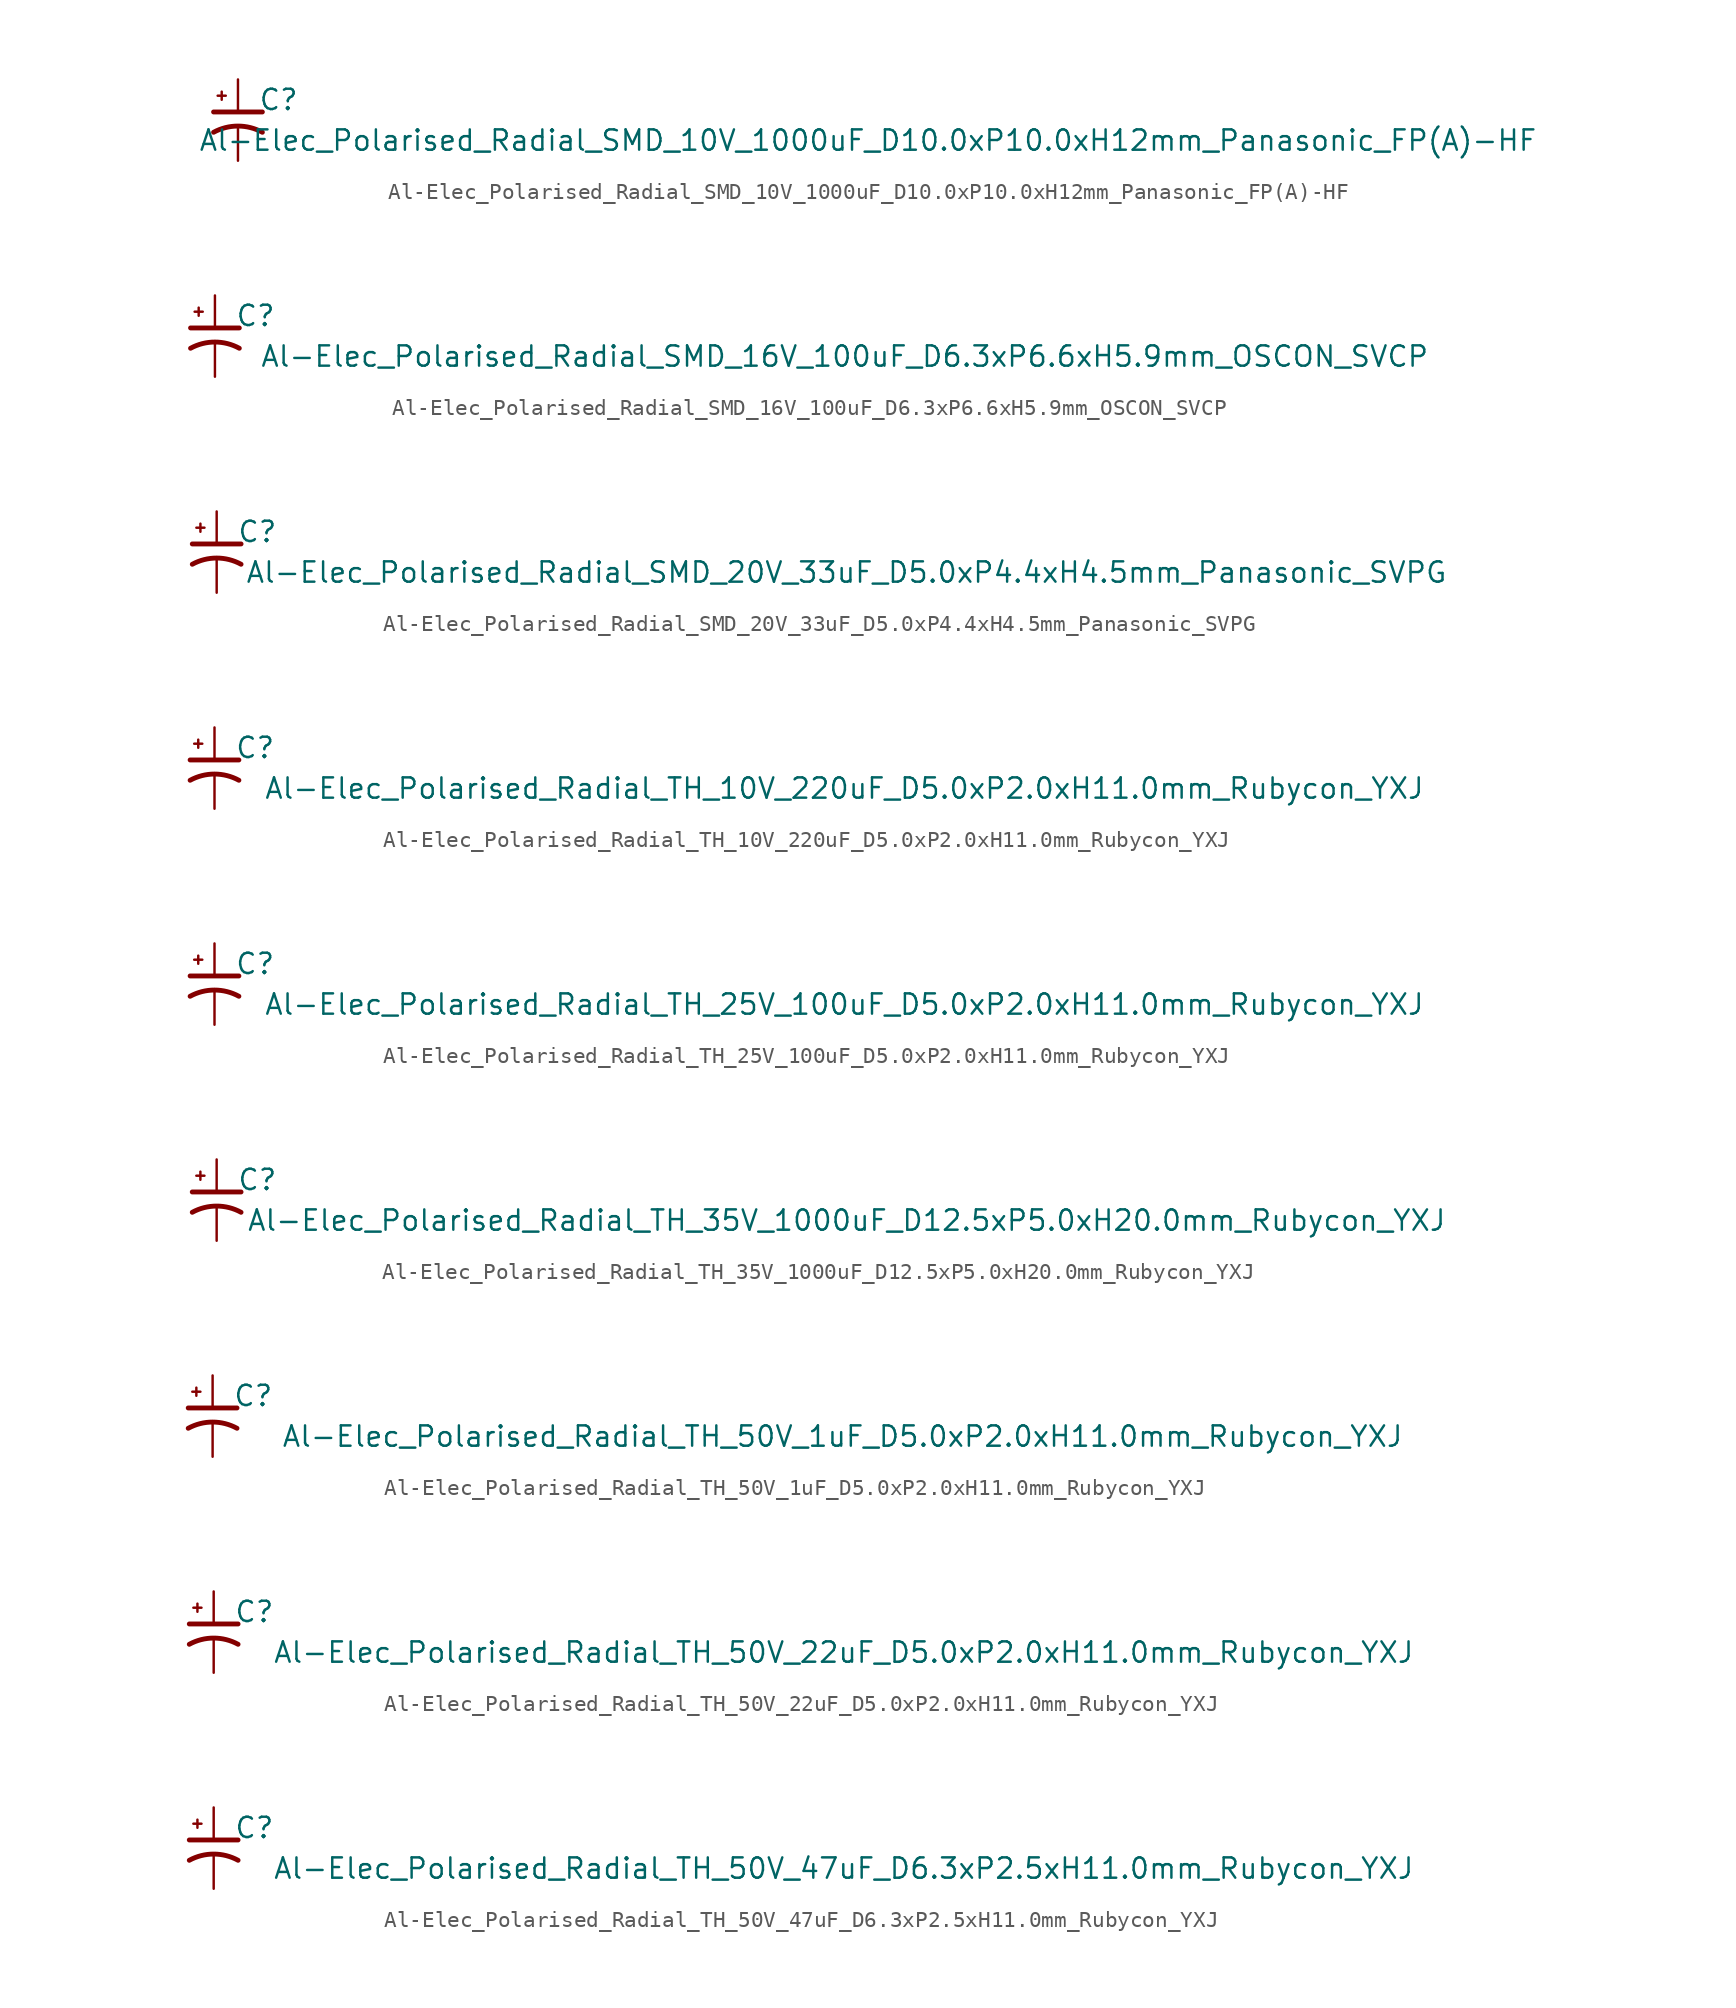
<source format=kicad_sym>
(kicad_symbol_lib
  (version 20211014)
  (generator kicad_symbol_editor)
  (symbol "Al-Elec_Polarised_Radial_SMD_10V_1000uF_D10.0xP10.0xH12mm_Panasonic_FP(A)-HF"
    (pin_numbers hide)
    (pin_names
      (offset 1.27) hide)
    (property "Reference" "C"
      (at 2.54 1.27 0)
      (effects (font (size 1.27 1.27))))
    (property "Value" "Al-Elec_Polarised_Radial_SMD_10V_1000uF_D10.0xP10.0xH12mm_Panasonic_FP(A)-HF"
      (at 39.37 -1.27 0)
      (effects (font (size 1.27 1.27))))
    (symbol "Al-Elec_Polarised_Radial_SMD_10V_1000uF_D10.0xP10.0xH12mm_Panasonic_FP(A)-HF_1_1"
      (polyline (pts (xy -1.524 0.508) (xy 1.524 0.508)) (stroke (width 0.305) (type default) (color 0 0 0 0)) (fill (type none)))
      (polyline (pts (xy -1.27 1.524) (xy -0.762 1.524)) (stroke (width 0) (type default) (color 0 0 0 0)) (fill (type none)))
      (polyline (pts (xy -1.016 1.27) (xy -1.016 1.778)) (stroke (width 0) (type default) (color 0 0 0 0)) (fill (type none)))
      (arc (start 1.524 -0.762) (mid 0 -0.3734) (end -1.524 -0.762) (stroke (width 0.3048) (type default) (color 0 0 0 0)) (fill (type none)))
      (pin passive line (at 0 2.54 270) (length 2.032) (name "~" (effects (font (size 1.27 1.27)))) (number "1" (effects (font (size 1.27 1.27)))))
      (pin passive line (at 0 -2.54 90) (length 2.032) (name "~" (effects (font (size 1.27 1.27)))) (number "2" (effects (font (size 1.27 1.27)))))))
  (symbol "Al-Elec_Polarised_Radial_SMD_16V_100uF_D6.3xP6.6xH5.9mm_OSCON_SVCP"
    (pin_numbers hide)
    (pin_names
      (offset 1.27) hide)
    (property "Reference" "C"
      (at 2.54 1.27 0)
      (effects (font (size 1.27 1.27))))
    (property "Value" "Al-Elec_Polarised_Radial_SMD_16V_100uF_D6.3xP6.6xH5.9mm_OSCON_SVCP"
      (at 39.37 -1.27 0)
      (effects (font (size 1.27 1.27))))
    (symbol "Al-Elec_Polarised_Radial_SMD_16V_100uF_D6.3xP6.6xH5.9mm_OSCON_SVCP_1_1"
      (polyline (pts (xy -1.524 0.508) (xy 1.524 0.508)) (stroke (width 0.305) (type default) (color 0 0 0 0)) (fill (type none)))
      (polyline (pts (xy -1.27 1.524) (xy -0.762 1.524)) (stroke (width 0) (type default) (color 0 0 0 0)) (fill (type none)))
      (polyline (pts (xy -1.016 1.27) (xy -1.016 1.778)) (stroke (width 0) (type default) (color 0 0 0 0)) (fill (type none)))
      (arc (start 1.524 -0.762) (mid 0 -0.3734) (end -1.524 -0.762) (stroke (width 0.3048) (type default) (color 0 0 0 0)) (fill (type none)))
      (pin passive line (at 0 2.54 270) (length 2.032) (name "~" (effects (font (size 1.27 1.27)))) (number "1" (effects (font (size 1.27 1.27)))))
      (pin passive line (at 0 -2.54 90) (length 2.032) (name "~" (effects (font (size 1.27 1.27)))) (number "2" (effects (font (size 1.27 1.27)))))))
  (symbol "Al-Elec_Polarised_Radial_SMD_20V_33uF_D5.0xP4.4xH4.5mm_Panasonic_SVPG"
    (pin_numbers hide)
    (pin_names
      (offset 1.27) hide)
    (property "Reference" "C"
      (at 2.54 1.27 0)
      (effects (font (size 1.27 1.27))))
    (property "Value" "Al-Elec_Polarised_Radial_SMD_20V_33uF_D5.0xP4.4xH4.5mm_Panasonic_SVPG"
      (at 39.37 -1.27 0)
      (effects (font (size 1.27 1.27))))
    (symbol "Al-Elec_Polarised_Radial_SMD_20V_33uF_D5.0xP4.4xH4.5mm_Panasonic_SVPG_1_1"
      (polyline (pts (xy -1.524 0.508) (xy 1.524 0.508)) (stroke (width 0.305) (type default) (color 0 0 0 0)) (fill (type none)))
      (polyline (pts (xy -1.27 1.524) (xy -0.762 1.524)) (stroke (width 0) (type default) (color 0 0 0 0)) (fill (type none)))
      (polyline (pts (xy -1.016 1.27) (xy -1.016 1.778)) (stroke (width 0) (type default) (color 0 0 0 0)) (fill (type none)))
      (arc (start 1.524 -0.762) (mid 0 -0.3734) (end -1.524 -0.762) (stroke (width 0.3048) (type default) (color 0 0 0 0)) (fill (type none)))
      (pin passive line (at 0 2.54 270) (length 2.032) (name "~" (effects (font (size 1.27 1.27)))) (number "1" (effects (font (size 1.27 1.27)))))
      (pin passive line (at 0 -2.54 90) (length 2.032) (name "~" (effects (font (size 1.27 1.27)))) (number "2" (effects (font (size 1.27 1.27)))))))
  (symbol "Al-Elec_Polarised_Radial_TH_10V_220uF_D5.0xP2.0xH11.0mm_Rubycon_YXJ"
    (pin_numbers hide)
    (pin_names
      (offset 1.27) hide)
    (property "Reference" "C"
      (at 2.54 1.27 0)
      (effects (font (size 1.27 1.27))))
    (property "Value" "Al-Elec_Polarised_Radial_TH_10V_220uF_D5.0xP2.0xH11.0mm_Rubycon_YXJ"
      (at 39.37 -1.27 0)
      (effects (font (size 1.27 1.27))))
    (symbol "Al-Elec_Polarised_Radial_TH_10V_220uF_D5.0xP2.0xH11.0mm_Rubycon_YXJ_1_1"
      (polyline (pts (xy -1.524 0.508) (xy 1.524 0.508)) (stroke (width 0.305) (type default) (color 0 0 0 0)) (fill (type none)))
      (polyline (pts (xy -1.27 1.524) (xy -0.762 1.524)) (stroke (width 0) (type default) (color 0 0 0 0)) (fill (type none)))
      (polyline (pts (xy -1.016 1.27) (xy -1.016 1.778)) (stroke (width 0) (type default) (color 0 0 0 0)) (fill (type none)))
      (arc (start 1.524 -0.762) (mid 0 -0.3734) (end -1.524 -0.762) (stroke (width 0.3048) (type default) (color 0 0 0 0)) (fill (type none)))
      (pin passive line (at 0 2.54 270) (length 2.032) (name "~" (effects (font (size 1.27 1.27)))) (number "1" (effects (font (size 1.27 1.27)))))
      (pin passive line (at 0 -2.54 90) (length 2.032) (name "~" (effects (font (size 1.27 1.27)))) (number "2" (effects (font (size 1.27 1.27)))))))
  (symbol "Al-Elec_Polarised_Radial_TH_25V_100uF_D5.0xP2.0xH11.0mm_Rubycon_YXJ"
    (pin_numbers hide)
    (pin_names
      (offset 1.27) hide)
    (property "Reference" "C"
      (at 2.54 1.27 0)
      (effects (font (size 1.27 1.27))))
    (property "Value" "Al-Elec_Polarised_Radial_TH_25V_100uF_D5.0xP2.0xH11.0mm_Rubycon_YXJ"
      (at 39.37 -1.27 0)
      (effects (font (size 1.27 1.27))))
    (symbol "Al-Elec_Polarised_Radial_TH_25V_100uF_D5.0xP2.0xH11.0mm_Rubycon_YXJ_1_1"
      (polyline (pts (xy -1.524 0.508) (xy 1.524 0.508)) (stroke (width 0.305) (type default) (color 0 0 0 0)) (fill (type none)))
      (polyline (pts (xy -1.27 1.524) (xy -0.762 1.524)) (stroke (width 0) (type default) (color 0 0 0 0)) (fill (type none)))
      (polyline (pts (xy -1.016 1.27) (xy -1.016 1.778)) (stroke (width 0) (type default) (color 0 0 0 0)) (fill (type none)))
      (arc (start 1.524 -0.762) (mid 0 -0.3734) (end -1.524 -0.762) (stroke (width 0.3048) (type default) (color 0 0 0 0)) (fill (type none)))
      (pin passive line (at 0 2.54 270) (length 2.032) (name "~" (effects (font (size 1.27 1.27)))) (number "1" (effects (font (size 1.27 1.27)))))
      (pin passive line (at 0 -2.54 90) (length 2.032) (name "~" (effects (font (size 1.27 1.27)))) (number "2" (effects (font (size 1.27 1.27)))))))
  (symbol "Al-Elec_Polarised_Radial_TH_35V_1000uF_D12.5xP5.0xH20.0mm_Rubycon_YXJ"
    (pin_numbers hide)
    (pin_names
      (offset 1.27) hide)
    (property "Reference" "C"
      (at 2.54 1.27 0)
      (effects (font (size 1.27 1.27))))
    (property "Value" "Al-Elec_Polarised_Radial_TH_35V_1000uF_D12.5xP5.0xH20.0mm_Rubycon_YXJ"
      (at 39.37 -1.27 0)
      (effects (font (size 1.27 1.27))))
    (symbol "Al-Elec_Polarised_Radial_TH_35V_1000uF_D12.5xP5.0xH20.0mm_Rubycon_YXJ_1_1"
      (polyline (pts (xy -1.524 0.508) (xy 1.524 0.508)) (stroke (width 0.305) (type default) (color 0 0 0 0)) (fill (type none)))
      (polyline (pts (xy -1.27 1.524) (xy -0.762 1.524)) (stroke (width 0) (type default) (color 0 0 0 0)) (fill (type none)))
      (polyline (pts (xy -1.016 1.27) (xy -1.016 1.778)) (stroke (width 0) (type default) (color 0 0 0 0)) (fill (type none)))
      (arc (start 1.524 -0.762) (mid 0 -0.3734) (end -1.524 -0.762) (stroke (width 0.3048) (type default) (color 0 0 0 0)) (fill (type none)))
      (pin passive line (at 0 2.54 270) (length 2.032) (name "~" (effects (font (size 1.27 1.27)))) (number "1" (effects (font (size 1.27 1.27)))))
      (pin passive line (at 0 -2.54 90) (length 2.032) (name "~" (effects (font (size 1.27 1.27)))) (number "2" (effects (font (size 1.27 1.27)))))))
  (symbol "Al-Elec_Polarised_Radial_TH_50V_1uF_D5.0xP2.0xH11.0mm_Rubycon_YXJ"
    (pin_numbers hide)
    (pin_names
      (offset 1.27) hide)
    (property "Reference" "C"
      (at 2.54 1.27 0)
      (effects (font (size 1.27 1.27))))
    (property "Value" "Al-Elec_Polarised_Radial_TH_50V_1uF_D5.0xP2.0xH11.0mm_Rubycon_YXJ"
      (at 39.37 -1.27 0)
      (effects (font (size 1.27 1.27))))
    (symbol "Al-Elec_Polarised_Radial_TH_50V_1uF_D5.0xP2.0xH11.0mm_Rubycon_YXJ_1_1"
      (polyline (pts (xy -1.524 0.508) (xy 1.524 0.508)) (stroke (width 0.305) (type default) (color 0 0 0 0)) (fill (type none)))
      (polyline (pts (xy -1.27 1.524) (xy -0.762 1.524)) (stroke (width 0) (type default) (color 0 0 0 0)) (fill (type none)))
      (polyline (pts (xy -1.016 1.27) (xy -1.016 1.778)) (stroke (width 0) (type default) (color 0 0 0 0)) (fill (type none)))
      (arc (start 1.524 -0.762) (mid 0 -0.3734) (end -1.524 -0.762) (stroke (width 0.3048) (type default) (color 0 0 0 0)) (fill (type none)))
      (pin passive line (at 0 2.54 270) (length 2.032) (name "~" (effects (font (size 1.27 1.27)))) (number "1" (effects (font (size 1.27 1.27)))))
      (pin passive line (at 0 -2.54 90) (length 2.032) (name "~" (effects (font (size 1.27 1.27)))) (number "2" (effects (font (size 1.27 1.27)))))))
  (symbol "Al-Elec_Polarised_Radial_TH_50V_22uF_D5.0xP2.0xH11.0mm_Rubycon_YXJ"
    (pin_numbers hide)
    (pin_names
      (offset 1.27) hide)
    (property "Reference" "C"
      (at 2.54 1.27 0)
      (effects (font (size 1.27 1.27))))
    (property "Value" "Al-Elec_Polarised_Radial_TH_50V_22uF_D5.0xP2.0xH11.0mm_Rubycon_YXJ"
      (at 39.37 -1.27 0)
      (effects (font (size 1.27 1.27))))
    (symbol "Al-Elec_Polarised_Radial_TH_50V_22uF_D5.0xP2.0xH11.0mm_Rubycon_YXJ_1_1"
      (polyline (pts (xy -1.524 0.508) (xy 1.524 0.508)) (stroke (width 0.305) (type default) (color 0 0 0 0)) (fill (type none)))
      (polyline (pts (xy -1.27 1.524) (xy -0.762 1.524)) (stroke (width 0) (type default) (color 0 0 0 0)) (fill (type none)))
      (polyline (pts (xy -1.016 1.27) (xy -1.016 1.778)) (stroke (width 0) (type default) (color 0 0 0 0)) (fill (type none)))
      (arc (start 1.524 -0.762) (mid 0 -0.3734) (end -1.524 -0.762) (stroke (width 0.3048) (type default) (color 0 0 0 0)) (fill (type none)))
      (pin passive line (at 0 2.54 270) (length 2.032) (name "~" (effects (font (size 1.27 1.27)))) (number "1" (effects (font (size 1.27 1.27)))))
      (pin passive line (at 0 -2.54 90) (length 2.032) (name "~" (effects (font (size 1.27 1.27)))) (number "2" (effects (font (size 1.27 1.27)))))))
  (symbol "Al-Elec_Polarised_Radial_TH_50V_47uF_D6.3xP2.5xH11.0mm_Rubycon_YXJ"
    (pin_numbers hide)
    (pin_names
      (offset 1.27) hide)
    (property "Reference" "C"
      (at 2.54 1.27 0)
      (effects (font (size 1.27 1.27))))
    (property "Value" "Al-Elec_Polarised_Radial_TH_50V_47uF_D6.3xP2.5xH11.0mm_Rubycon_YXJ"
      (at 39.37 -1.27 0)
      (effects (font (size 1.27 1.27))))
    (symbol "Al-Elec_Polarised_Radial_TH_50V_47uF_D6.3xP2.5xH11.0mm_Rubycon_YXJ_1_1"
      (polyline (pts (xy -1.524 0.508) (xy 1.524 0.508)) (stroke (width 0.305) (type default) (color 0 0 0 0)) (fill (type none)))
      (polyline (pts (xy -1.27 1.524) (xy -0.762 1.524)) (stroke (width 0) (type default) (color 0 0 0 0)) (fill (type none)))
      (polyline (pts (xy -1.016 1.27) (xy -1.016 1.778)) (stroke (width 0) (type default) (color 0 0 0 0)) (fill (type none)))
      (arc (start 1.524 -0.762) (mid 0 -0.3734) (end -1.524 -0.762) (stroke (width 0.3048) (type default) (color 0 0 0 0)) (fill (type none)))
      (pin passive line (at 0 2.54 270) (length 2.032) (name "~" (effects (font (size 1.27 1.27)))) (number "1" (effects (font (size 1.27 1.27)))))
      (pin passive line (at 0 -2.54 90) (length 2.032) (name "~" (effects (font (size 1.27 1.27)))) (number "2" (effects (font (size 1.27 1.27))))))))
</source>
